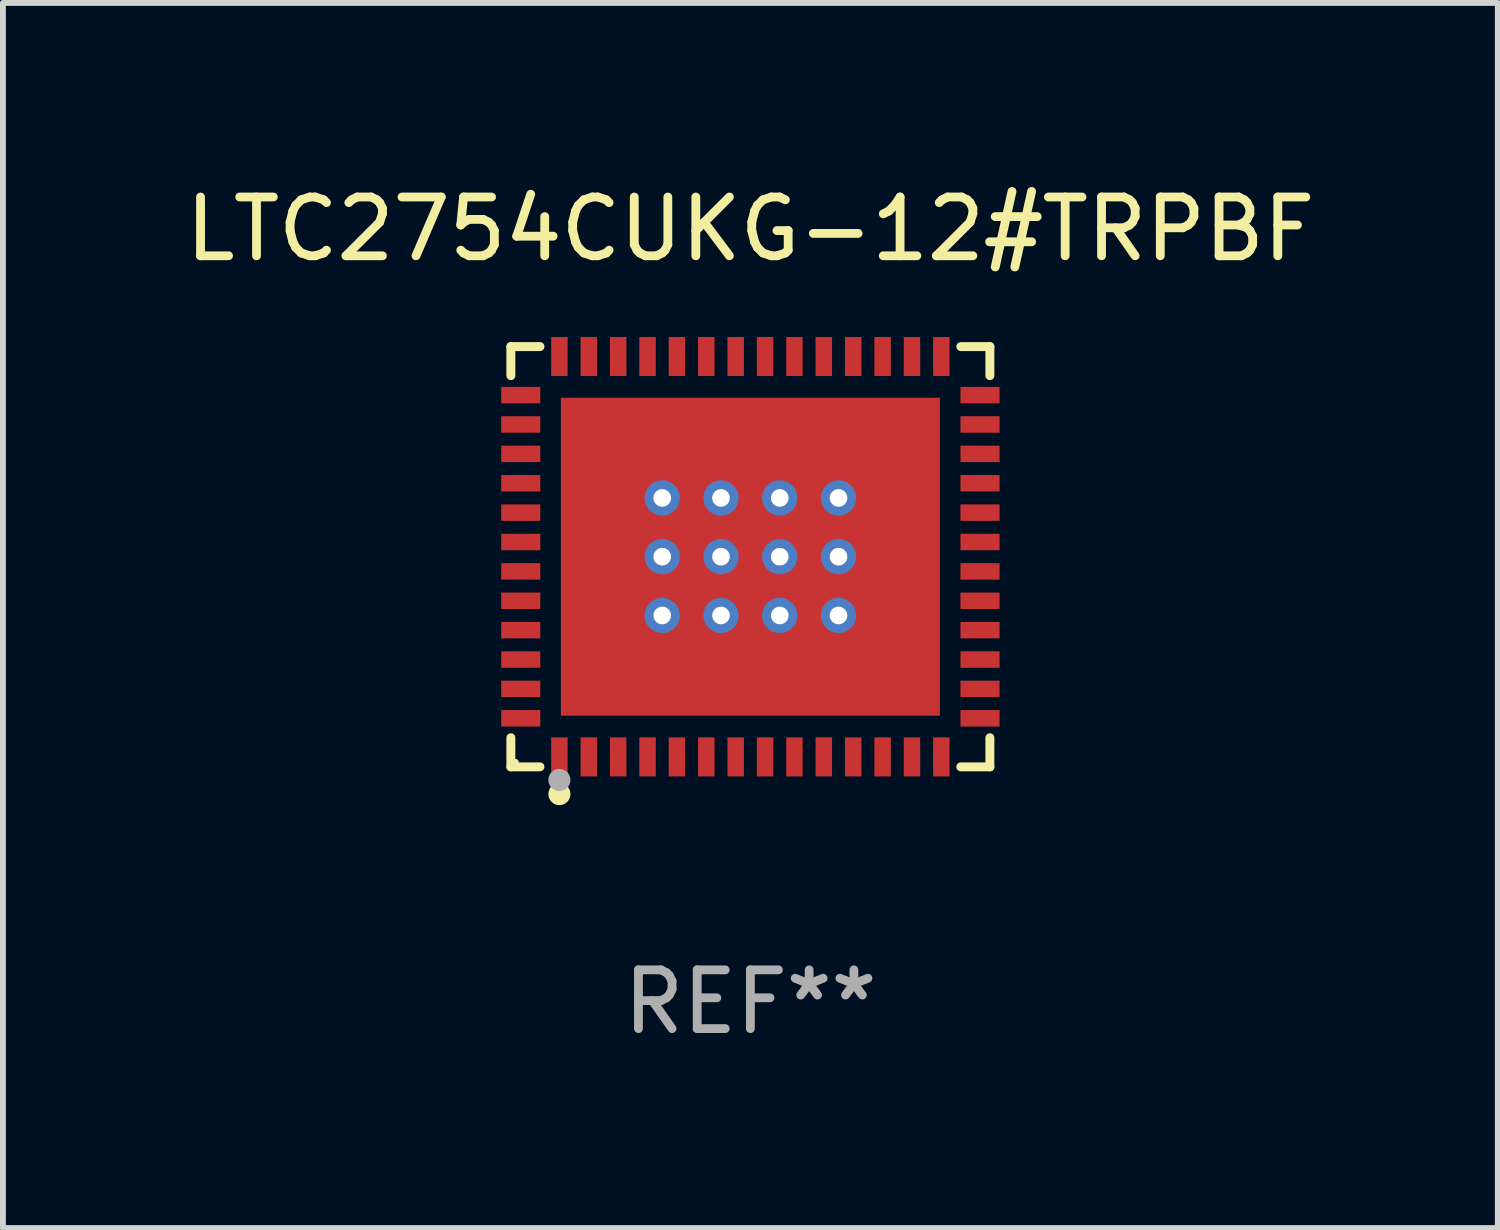
<source format=kicad_pcb>
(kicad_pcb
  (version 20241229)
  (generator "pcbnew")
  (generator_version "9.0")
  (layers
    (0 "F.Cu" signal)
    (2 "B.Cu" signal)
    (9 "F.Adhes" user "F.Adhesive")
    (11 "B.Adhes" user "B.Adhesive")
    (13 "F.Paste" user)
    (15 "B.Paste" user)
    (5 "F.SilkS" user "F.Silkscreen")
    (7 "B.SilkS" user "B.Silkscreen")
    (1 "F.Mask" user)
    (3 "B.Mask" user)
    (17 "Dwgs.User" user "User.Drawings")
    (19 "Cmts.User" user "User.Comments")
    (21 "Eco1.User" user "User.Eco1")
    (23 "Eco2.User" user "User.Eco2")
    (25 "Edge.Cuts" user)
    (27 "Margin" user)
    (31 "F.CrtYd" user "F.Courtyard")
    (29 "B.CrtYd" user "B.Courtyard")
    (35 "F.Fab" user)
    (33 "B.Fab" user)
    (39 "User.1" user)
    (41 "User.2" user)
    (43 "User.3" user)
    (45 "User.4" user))
  (footprint "LTC2754CUKG-12#TRPBF"
    (layer "F.Cu")
    (at 9.72 6.424)
    (property "Reference" "LTC2754CUKG-12#TRPBF" (at 0 -5.576 0) (layer "F.SilkS") (effects (font (size 1 1) (thickness 0.15))))
    (attr through_hole)
    (fp_line (start -4.076 -3.576) (end -3.581 -3.576) (stroke (width 0.152) (type solid)) (layer "F.SilkS"))
    (fp_line (start -4.076 -3.081) (end -4.076 -3.576) (stroke (width 0.152) (type solid)) (layer "F.SilkS"))
    (fp_line (start -4.076 3.081) (end -4.076 3.576) (stroke (width 0.152) (type solid)) (layer "F.SilkS"))
    (fp_line (start -4.076 3.576) (end -3.581 3.576) (stroke (width 0.152) (type solid)) (layer "F.SilkS"))
    (fp_line (start 4.076 -3.576) (end 3.581 -3.576) (stroke (width 0.152) (type solid)) (layer "F.SilkS"))
    (fp_line (start 4.076 -3.081) (end 4.076 -3.576) (stroke (width 0.152) (type solid)) (layer "F.SilkS"))
    (fp_line (start 4.076 3.081) (end 4.076 3.576) (stroke (width 0.152) (type solid)) (layer "F.SilkS"))
    (fp_line (start 4.076 3.576) (end 3.581 3.576) (stroke (width 0.152) (type solid)) (layer "F.SilkS"))
    (fp_circle (center -4 3.5) (end -3.97 3.5) (stroke (width 0.06) (type solid)) (fill no) (layer "F.SilkS"))
    (fp_circle (center -3.25 4.04) (end -3.156 4.04) (stroke (width 0.188) (type solid)) (fill no) (layer "F.SilkS"))
    (fp_circle (center -3.25 3.8) (end -3.156 3.8) (stroke (width 0.188) (type solid)) (fill no) (layer "F.Fab"))
    (fp_text user "REF**" (at 0 7.576 0) (layer "F.Fab") (effects (font (size 1 1) (thickness 0.15))))
    (pad "1" smd rect (at -3.25 3.407) (size 0.28 0.665) (layers "F.Cu" "F.Mask" "F.Paste"))
    (pad "2" smd rect (at -2.75 3.407) (size 0.28 0.665) (layers "F.Cu" "F.Mask" "F.Paste"))
    (pad "3" smd rect (at -2.25 3.407) (size 0.28 0.665) (layers "F.Cu" "F.Mask" "F.Paste"))
    (pad "4" smd rect (at -1.75 3.407) (size 0.28 0.665) (layers "F.Cu" "F.Mask" "F.Paste"))
    (pad "5" smd rect (at -1.25 3.407) (size 0.28 0.665) (layers "F.Cu" "F.Mask" "F.Paste"))
    (pad "6" smd rect (at -0.75 3.407) (size 0.28 0.665) (layers "F.Cu" "F.Mask" "F.Paste"))
    (pad "7" smd rect (at -0.25 3.407) (size 0.28 0.665) (layers "F.Cu" "F.Mask" "F.Paste"))
    (pad "8" smd rect (at 0.25 3.407) (size 0.28 0.665) (layers "F.Cu" "F.Mask" "F.Paste"))
    (pad "9" smd rect (at 0.75 3.407) (size 0.28 0.665) (layers "F.Cu" "F.Mask" "F.Paste"))
    (pad "10" smd rect (at 1.25 3.407) (size 0.28 0.665) (layers "F.Cu" "F.Mask" "F.Paste"))
    (pad "11" smd rect (at 1.75 3.407) (size 0.28 0.665) (layers "F.Cu" "F.Mask" "F.Paste"))
    (pad "12" smd rect (at 2.25 3.407) (size 0.28 0.665) (layers "F.Cu" "F.Mask" "F.Paste"))
    (pad "13" smd rect (at 2.75 3.407) (size 0.28 0.665) (layers "F.Cu" "F.Mask" "F.Paste"))
    (pad "14" smd rect (at 3.25 3.407) (size 0.28 0.665) (layers "F.Cu" "F.Mask" "F.Paste"))
    (pad "15" smd rect (at 3.908 2.75) (size 0.665 0.28) (layers "F.Cu" "F.Mask" "F.Paste"))
    (pad "16" smd rect (at 3.908 2.25) (size 0.665 0.28) (layers "F.Cu" "F.Mask" "F.Paste"))
    (pad "17" smd rect (at 3.908 1.75) (size 0.665 0.28) (layers "F.Cu" "F.Mask" "F.Paste"))
    (pad "18" smd rect (at 3.908 1.25) (size 0.665 0.28) (layers "F.Cu" "F.Mask" "F.Paste"))
    (pad "19" smd rect (at 3.908 0.75) (size 0.665 0.28) (layers "F.Cu" "F.Mask" "F.Paste"))
    (pad "20" smd rect (at 3.908 0.25) (size 0.665 0.28) (layers "F.Cu" "F.Mask" "F.Paste"))
    (pad "21" smd rect (at 3.908 -0.25) (size 0.665 0.28) (layers "F.Cu" "F.Mask" "F.Paste"))
    (pad "22" smd rect (at 3.908 -0.75) (size 0.665 0.28) (layers "F.Cu" "F.Mask" "F.Paste"))
    (pad "23" smd rect (at 3.908 -1.25) (size 0.665 0.28) (layers "F.Cu" "F.Mask" "F.Paste"))
    (pad "24" smd rect (at 3.908 -1.75) (size 0.665 0.28) (layers "F.Cu" "F.Mask" "F.Paste"))
    (pad "25" smd rect (at 3.908 -2.25) (size 0.665 0.28) (layers "F.Cu" "F.Mask" "F.Paste"))
    (pad "26" smd rect (at 3.908 -2.75) (size 0.665 0.28) (layers "F.Cu" "F.Mask" "F.Paste"))
    (pad "27" smd rect (at 3.25 -3.407) (size 0.28 0.665) (layers "F.Cu" "F.Mask" "F.Paste"))
    (pad "28" smd rect (at 2.75 -3.407) (size 0.28 0.665) (layers "F.Cu" "F.Mask" "F.Paste"))
    (pad "29" smd rect (at 2.25 -3.407) (size 0.28 0.665) (layers "F.Cu" "F.Mask" "F.Paste"))
    (pad "30" smd rect (at 1.75 -3.407) (size 0.28 0.665) (layers "F.Cu" "F.Mask" "F.Paste"))
    (pad "31" smd rect (at 1.25 -3.407) (size 0.28 0.665) (layers "F.Cu" "F.Mask" "F.Paste"))
    (pad "32" smd rect (at 0.75 -3.407) (size 0.28 0.665) (layers "F.Cu" "F.Mask" "F.Paste"))
    (pad "33" smd rect (at 0.25 -3.407) (size 0.28 0.665) (layers "F.Cu" "F.Mask" "F.Paste"))
    (pad "34" smd rect (at -0.25 -3.407) (size 0.28 0.665) (layers "F.Cu" "F.Mask" "F.Paste"))
    (pad "35" smd rect (at -0.75 -3.407) (size 0.28 0.665) (layers "F.Cu" "F.Mask" "F.Paste"))
    (pad "36" smd rect (at -1.25 -3.407) (size 0.28 0.665) (layers "F.Cu" "F.Mask" "F.Paste"))
    (pad "37" smd rect (at -1.75 -3.407) (size 0.28 0.665) (layers "F.Cu" "F.Mask" "F.Paste"))
    (pad "38" smd rect (at -2.25 -3.407) (size 0.28 0.665) (layers "F.Cu" "F.Mask" "F.Paste"))
    (pad "39" smd rect (at -2.75 -3.407) (size 0.28 0.665) (layers "F.Cu" "F.Mask" "F.Paste"))
    (pad "40" smd rect (at -3.25 -3.407) (size 0.28 0.665) (layers "F.Cu" "F.Mask" "F.Paste"))
    (pad "41" smd rect (at -3.908 -2.75) (size 0.665 0.28) (layers "F.Cu" "F.Mask" "F.Paste"))
    (pad "42" smd rect (at -3.908 -2.25) (size 0.665 0.28) (layers "F.Cu" "F.Mask" "F.Paste"))
    (pad "43" smd rect (at -3.908 -1.75) (size 0.665 0.28) (layers "F.Cu" "F.Mask" "F.Paste"))
    (pad "44" smd rect (at -3.908 -1.25) (size 0.665 0.28) (layers "F.Cu" "F.Mask" "F.Paste"))
    (pad "45" smd rect (at -3.908 -0.75) (size 0.665 0.28) (layers "F.Cu" "F.Mask" "F.Paste"))
    (pad "46" smd rect (at -3.908 -0.25) (size 0.665 0.28) (layers "F.Cu" "F.Mask" "F.Paste"))
    (pad "47" smd rect (at -3.908 0.25) (size 0.665 0.28) (layers "F.Cu" "F.Mask" "F.Paste"))
    (pad "48" smd rect (at -3.908 0.75) (size 0.665 0.28) (layers "F.Cu" "F.Mask" "F.Paste"))
    (pad "49" smd rect (at -3.908 1.25) (size 0.665 0.28) (layers "F.Cu" "F.Mask" "F.Paste"))
    (pad "50" smd rect (at -3.908 1.75) (size 0.665 0.28) (layers "F.Cu" "F.Mask" "F.Paste"))
    (pad "51" smd rect (at -3.908 2.25) (size 0.665 0.28) (layers "F.Cu" "F.Mask" "F.Paste"))
    (pad "52" smd rect (at -3.908 2.75) (size 0.665 0.28) (layers "F.Cu" "F.Mask" "F.Paste"))
    (pad "53" thru_hole circle (at -1.5 -1) (size 0.6 0.6) (drill 0.3) (layers "*.Cu" "*.Mask"))
    (pad "53" thru_hole circle (at -1.5 0) (size 0.6 0.6) (drill 0.3) (layers "*.Cu" "*.Mask"))
    (pad "53" thru_hole circle (at -1.5 1) (size 0.6 0.6) (drill 0.3) (layers "*.Cu" "*.Mask"))
    (pad "53" thru_hole circle (at -0.5 -1) (size 0.6 0.6) (drill 0.3) (layers "*.Cu" "*.Mask"))
    (pad "53" thru_hole circle (at -0.5 0) (size 0.6 0.6) (drill 0.3) (layers "*.Cu" "*.Mask"))
    (pad "53" thru_hole circle (at -0.5 1) (size 0.6 0.6) (drill 0.3) (layers "*.Cu" "*.Mask"))
    (pad "53" smd rect (at 0 0) (size 6.45 5.41) (layers "F.Cu" "F.Mask" "F.Paste"))
    (pad "53" thru_hole circle (at 0.5 -1) (size 0.6 0.6) (drill 0.3) (layers "*.Cu" "*.Mask"))
    (pad "53" thru_hole circle (at 0.5 0) (size 0.6 0.6) (drill 0.3) (layers "*.Cu" "*.Mask"))
    (pad "53" thru_hole circle (at 0.5 1) (size 0.6 0.6) (drill 0.3) (layers "*.Cu" "*.Mask"))
    (pad "53" thru_hole circle (at 1.5 -1) (size 0.6 0.6) (drill 0.3) (layers "*.Cu" "*.Mask"))
    (pad "53" thru_hole circle (at 1.5 0) (size 0.6 0.6) (drill 0.3) (layers "*.Cu" "*.Mask"))
    (pad "53" thru_hole circle (at 1.5 1) (size 0.6 0.6) (drill 0.3) (layers "*.Cu" "*.Mask")))
  (gr_rect
    (start -3 -3)
    (end 22.44 17.849)
    (stroke (width 0.1) (type default))
    (fill no)
    (layer "Edge.Cuts")))
</source>
